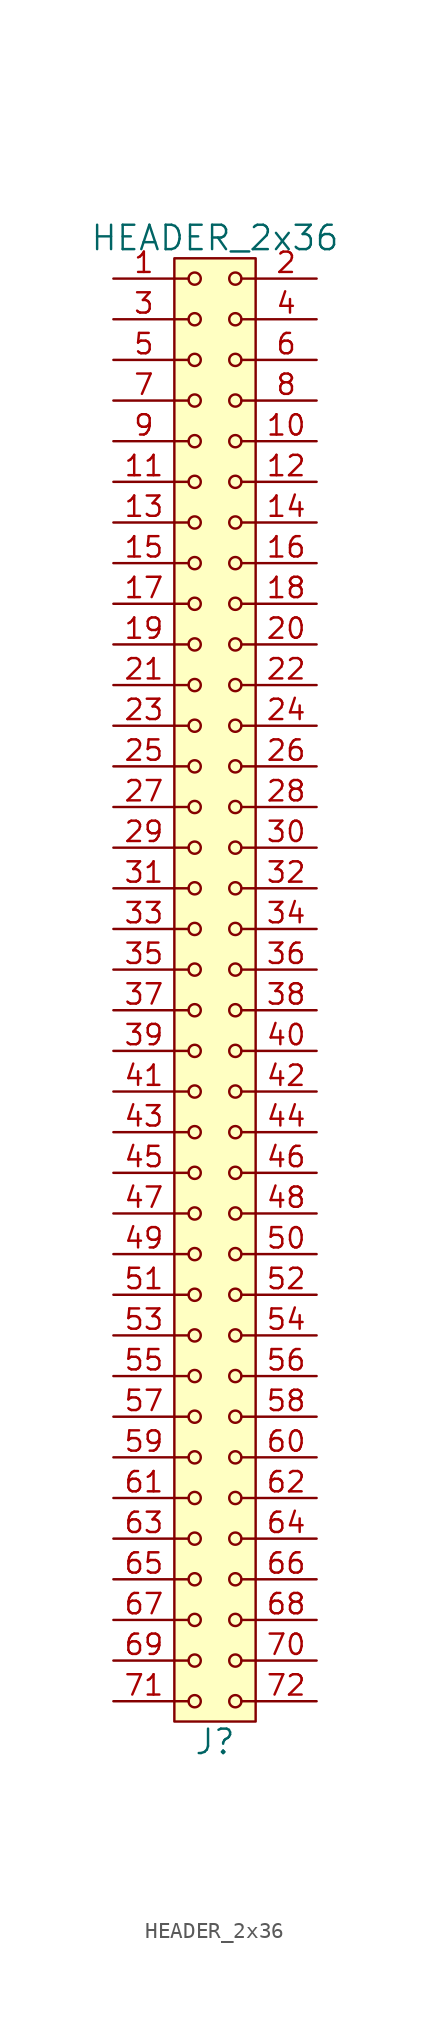
<source format=kicad_sym>
(kicad_symbol_lib
  (version 20211014)
  (generator kicad_symbol_editor)
  (symbol "HEADER_2x36"
    (pin_names
      (offset 1.016))
    (property "Reference" "J"
      (at 0 -46.99 0)
      (effects (font (size 1.524 1.524))))
    (property "Value" "HEADER_2x36"
      (at 0 46.99 0)
      (effects (font (size 1.524 1.524))))
    (property "Footprint" ""
      (at 0 44.45 0)
      (effects (font (size 1.524 1.524))))
    (property "Datasheet" ""
      (at 0 44.45 0)
      (effects (font (size 1.524 1.524))))
    (symbol "HEADER_2x36_0_1"
      (rectangle (start -2.54 45.72) (end 2.54 -45.72) (stroke (width 0) (type default) (color 0 0 0 0)) (fill (type background)))
      (circle (center -1.27 -44.45) (radius 0.381) (stroke (width 0) (type default) (color 0 0 0 0)) (fill (type none)))
      (circle (center -1.27 -41.91) (radius 0.381) (stroke (width 0) (type default) (color 0 0 0 0)) (fill (type none)))
      (circle (center -1.27 -39.37) (radius 0.381) (stroke (width 0) (type default) (color 0 0 0 0)) (fill (type none)))
      (circle (center -1.27 -36.83) (radius 0.381) (stroke (width 0) (type default) (color 0 0 0 0)) (fill (type none)))
      (circle (center -1.27 -34.29) (radius 0.381) (stroke (width 0) (type default) (color 0 0 0 0)) (fill (type none)))
      (circle (center -1.27 -31.75) (radius 0.381) (stroke (width 0) (type default) (color 0 0 0 0)) (fill (type none)))
      (circle (center -1.27 -29.21) (radius 0.381) (stroke (width 0) (type default) (color 0 0 0 0)) (fill (type none)))
      (circle (center -1.27 -26.67) (radius 0.381) (stroke (width 0) (type default) (color 0 0 0 0)) (fill (type none)))
      (circle (center -1.27 -24.13) (radius 0.381) (stroke (width 0) (type default) (color 0 0 0 0)) (fill (type none)))
      (circle (center -1.27 -21.59) (radius 0.381) (stroke (width 0) (type default) (color 0 0 0 0)) (fill (type none)))
      (circle (center -1.27 -19.05) (radius 0.381) (stroke (width 0) (type default) (color 0 0 0 0)) (fill (type none)))
      (circle (center -1.27 -16.51) (radius 0.381) (stroke (width 0) (type default) (color 0 0 0 0)) (fill (type none)))
      (circle (center -1.27 -13.97) (radius 0.381) (stroke (width 0) (type default) (color 0 0 0 0)) (fill (type none)))
      (circle (center -1.27 -11.43) (radius 0.381) (stroke (width 0) (type default) (color 0 0 0 0)) (fill (type none)))
      (circle (center -1.27 -8.89) (radius 0.381) (stroke (width 0) (type default) (color 0 0 0 0)) (fill (type none)))
      (circle (center -1.27 -6.35) (radius 0.381) (stroke (width 0) (type default) (color 0 0 0 0)) (fill (type none)))
      (circle (center -1.27 -3.81) (radius 0.381) (stroke (width 0) (type default) (color 0 0 0 0)) (fill (type none)))
      (circle (center -1.27 -1.27) (radius 0.381) (stroke (width 0) (type default) (color 0 0 0 0)) (fill (type none)))
      (circle (center -1.27 1.27) (radius 0.381) (stroke (width 0) (type default) (color 0 0 0 0)) (fill (type none)))
      (circle (center -1.27 3.81) (radius 0.381) (stroke (width 0) (type default) (color 0 0 0 0)) (fill (type none)))
      (circle (center -1.27 6.35) (radius 0.381) (stroke (width 0) (type default) (color 0 0 0 0)) (fill (type none)))
      (circle (center -1.27 8.89) (radius 0.381) (stroke (width 0) (type default) (color 0 0 0 0)) (fill (type none)))
      (circle (center -1.27 11.43) (radius 0.381) (stroke (width 0) (type default) (color 0 0 0 0)) (fill (type none)))
      (circle (center -1.27 13.97) (radius 0.381) (stroke (width 0) (type default) (color 0 0 0 0)) (fill (type none)))
      (circle (center -1.27 16.51) (radius 0.381) (stroke (width 0) (type default) (color 0 0 0 0)) (fill (type none)))
      (circle (center -1.27 19.05) (radius 0.381) (stroke (width 0) (type default) (color 0 0 0 0)) (fill (type none)))
      (circle (center -1.27 21.59) (radius 0.381) (stroke (width 0) (type default) (color 0 0 0 0)) (fill (type none)))
      (circle (center -1.27 24.13) (radius 0.381) (stroke (width 0) (type default) (color 0 0 0 0)) (fill (type none)))
      (circle (center -1.27 26.67) (radius 0.381) (stroke (width 0) (type default) (color 0 0 0 0)) (fill (type none)))
      (circle (center -1.27 29.21) (radius 0.381) (stroke (width 0) (type default) (color 0 0 0 0)) (fill (type none)))
      (circle (center -1.27 31.75) (radius 0.381) (stroke (width 0) (type default) (color 0 0 0 0)) (fill (type none)))
      (circle (center -1.27 34.29) (radius 0.381) (stroke (width 0) (type default) (color 0 0 0 0)) (fill (type none)))
      (circle (center -1.27 36.83) (radius 0.381) (stroke (width 0) (type default) (color 0 0 0 0)) (fill (type none)))
      (circle (center -1.27 39.37) (radius 0.381) (stroke (width 0) (type default) (color 0 0 0 0)) (fill (type none)))
      (circle (center -1.27 41.91) (radius 0.381) (stroke (width 0) (type default) (color 0 0 0 0)) (fill (type none)))
      (circle (center -1.27 44.45) (radius 0.381) (stroke (width 0) (type default) (color 0 0 0 0)) (fill (type none)))
      (polyline (pts (xy -1.651 -44.45) (xy -2.54 -44.45)) (stroke (width 0) (type default) (color 0 0 0 0)) (fill (type none)))
      (polyline (pts (xy -1.651 -41.91) (xy -2.54 -41.91)) (stroke (width 0) (type default) (color 0 0 0 0)) (fill (type none)))
      (polyline (pts (xy -1.651 -39.37) (xy -2.54 -39.37)) (stroke (width 0) (type default) (color 0 0 0 0)) (fill (type none)))
      (polyline (pts (xy -1.651 -36.83) (xy -2.54 -36.83)) (stroke (width 0) (type default) (color 0 0 0 0)) (fill (type none)))
      (polyline (pts (xy -1.651 -34.29) (xy -2.54 -34.29)) (stroke (width 0) (type default) (color 0 0 0 0)) (fill (type none)))
      (polyline (pts (xy -1.651 -31.75) (xy -2.54 -31.75)) (stroke (width 0) (type default) (color 0 0 0 0)) (fill (type none)))
      (polyline (pts (xy -1.651 -29.21) (xy -2.54 -29.21)) (stroke (width 0) (type default) (color 0 0 0 0)) (fill (type none)))
      (polyline (pts (xy -1.651 -26.67) (xy -2.54 -26.67)) (stroke (width 0) (type default) (color 0 0 0 0)) (fill (type none)))
      (polyline (pts (xy -1.651 -24.13) (xy -2.54 -24.13)) (stroke (width 0) (type default) (color 0 0 0 0)) (fill (type none)))
      (polyline (pts (xy -1.651 -21.59) (xy -2.54 -21.59)) (stroke (width 0) (type default) (color 0 0 0 0)) (fill (type none)))
      (polyline (pts (xy -1.651 -19.05) (xy -2.54 -19.05)) (stroke (width 0) (type default) (color 0 0 0 0)) (fill (type none)))
      (polyline (pts (xy -1.651 -16.51) (xy -2.54 -16.51)) (stroke (width 0) (type default) (color 0 0 0 0)) (fill (type none)))
      (polyline (pts (xy -1.651 -13.97) (xy -2.54 -13.97)) (stroke (width 0) (type default) (color 0 0 0 0)) (fill (type none)))
      (polyline (pts (xy -1.651 -11.43) (xy -2.54 -11.43)) (stroke (width 0) (type default) (color 0 0 0 0)) (fill (type none)))
      (polyline (pts (xy -1.651 -8.89) (xy -2.54 -8.89)) (stroke (width 0) (type default) (color 0 0 0 0)) (fill (type none)))
      (polyline (pts (xy -1.651 -6.35) (xy -2.54 -6.35)) (stroke (width 0) (type default) (color 0 0 0 0)) (fill (type none)))
      (polyline (pts (xy -1.651 -3.81) (xy -2.54 -3.81)) (stroke (width 0) (type default) (color 0 0 0 0)) (fill (type none)))
      (polyline (pts (xy -1.651 -1.27) (xy -2.54 -1.27)) (stroke (width 0) (type default) (color 0 0 0 0)) (fill (type none)))
      (polyline (pts (xy -1.651 1.27) (xy -2.54 1.27)) (stroke (width 0) (type default) (color 0 0 0 0)) (fill (type none)))
      (polyline (pts (xy -1.651 3.81) (xy -2.54 3.81)) (stroke (width 0) (type default) (color 0 0 0 0)) (fill (type none)))
      (polyline (pts (xy -1.651 6.35) (xy -2.54 6.35)) (stroke (width 0) (type default) (color 0 0 0 0)) (fill (type none)))
      (polyline (pts (xy -1.651 8.89) (xy -2.54 8.89)) (stroke (width 0) (type default) (color 0 0 0 0)) (fill (type none)))
      (polyline (pts (xy -1.651 11.43) (xy -2.54 11.43)) (stroke (width 0) (type default) (color 0 0 0 0)) (fill (type none)))
      (polyline (pts (xy -1.651 13.97) (xy -2.54 13.97)) (stroke (width 0) (type default) (color 0 0 0 0)) (fill (type none)))
      (polyline (pts (xy -1.651 16.51) (xy -2.54 16.51)) (stroke (width 0) (type default) (color 0 0 0 0)) (fill (type none)))
      (polyline (pts (xy -1.651 19.05) (xy -2.54 19.05)) (stroke (width 0) (type default) (color 0 0 0 0)) (fill (type none)))
      (polyline (pts (xy -1.651 21.59) (xy -2.54 21.59)) (stroke (width 0) (type default) (color 0 0 0 0)) (fill (type none)))
      (polyline (pts (xy -1.651 24.13) (xy -2.54 24.13)) (stroke (width 0) (type default) (color 0 0 0 0)) (fill (type none)))
      (polyline (pts (xy -1.651 26.67) (xy -2.54 26.67)) (stroke (width 0) (type default) (color 0 0 0 0)) (fill (type none)))
      (polyline (pts (xy -1.651 29.21) (xy -2.54 29.21)) (stroke (width 0) (type default) (color 0 0 0 0)) (fill (type none)))
      (polyline (pts (xy -1.651 31.75) (xy -2.54 31.75)) (stroke (width 0) (type default) (color 0 0 0 0)) (fill (type none)))
      (polyline (pts (xy -1.651 34.29) (xy -2.54 34.29)) (stroke (width 0) (type default) (color 0 0 0 0)) (fill (type none)))
      (polyline (pts (xy -1.651 36.83) (xy -2.54 36.83)) (stroke (width 0) (type default) (color 0 0 0 0)) (fill (type none)))
      (polyline (pts (xy -1.651 39.37) (xy -2.54 39.37)) (stroke (width 0) (type default) (color 0 0 0 0)) (fill (type none)))
      (polyline (pts (xy -1.651 41.91) (xy -2.54 41.91)) (stroke (width 0) (type default) (color 0 0 0 0)) (fill (type none)))
      (polyline (pts (xy -1.651 44.45) (xy -2.54 44.45)) (stroke (width 0) (type default) (color 0 0 0 0)) (fill (type none)))
      (polyline (pts (xy 1.651 -44.45) (xy 2.54 -44.45)) (stroke (width 0) (type default) (color 0 0 0 0)) (fill (type none)))
      (polyline (pts (xy 1.651 -41.91) (xy 2.54 -41.91)) (stroke (width 0) (type default) (color 0 0 0 0)) (fill (type none)))
      (polyline (pts (xy 1.651 -39.37) (xy 2.54 -39.37)) (stroke (width 0) (type default) (color 0 0 0 0)) (fill (type none)))
      (polyline (pts (xy 1.651 -36.83) (xy 2.54 -36.83)) (stroke (width 0) (type default) (color 0 0 0 0)) (fill (type none)))
      (polyline (pts (xy 1.651 -34.29) (xy 2.54 -34.29)) (stroke (width 0) (type default) (color 0 0 0 0)) (fill (type none)))
      (polyline (pts (xy 1.651 -31.75) (xy 2.54 -31.75)) (stroke (width 0) (type default) (color 0 0 0 0)) (fill (type none)))
      (polyline (pts (xy 1.651 -29.21) (xy 2.54 -29.21)) (stroke (width 0) (type default) (color 0 0 0 0)) (fill (type none)))
      (polyline (pts (xy 1.651 -26.67) (xy 2.54 -26.67)) (stroke (width 0) (type default) (color 0 0 0 0)) (fill (type none)))
      (polyline (pts (xy 1.651 -24.13) (xy 2.54 -24.13)) (stroke (width 0) (type default) (color 0 0 0 0)) (fill (type none)))
      (polyline (pts (xy 1.651 -21.59) (xy 2.54 -21.59)) (stroke (width 0) (type default) (color 0 0 0 0)) (fill (type none)))
      (polyline (pts (xy 1.651 -19.05) (xy 2.54 -19.05)) (stroke (width 0) (type default) (color 0 0 0 0)) (fill (type none)))
      (polyline (pts (xy 1.651 -16.51) (xy 2.54 -16.51)) (stroke (width 0) (type default) (color 0 0 0 0)) (fill (type none)))
      (polyline (pts (xy 1.651 -13.97) (xy 2.54 -13.97)) (stroke (width 0) (type default) (color 0 0 0 0)) (fill (type none)))
      (polyline (pts (xy 1.651 -11.43) (xy 2.54 -11.43)) (stroke (width 0) (type default) (color 0 0 0 0)) (fill (type none)))
      (polyline (pts (xy 1.651 -8.89) (xy 2.54 -8.89)) (stroke (width 0) (type default) (color 0 0 0 0)) (fill (type none)))
      (polyline (pts (xy 1.651 -6.35) (xy 2.54 -6.35)) (stroke (width 0) (type default) (color 0 0 0 0)) (fill (type none)))
      (polyline (pts (xy 1.651 -3.81) (xy 2.54 -3.81)) (stroke (width 0) (type default) (color 0 0 0 0)) (fill (type none)))
      (polyline (pts (xy 1.651 -1.27) (xy 2.54 -1.27)) (stroke (width 0) (type default) (color 0 0 0 0)) (fill (type none)))
      (polyline (pts (xy 1.651 1.27) (xy 2.54 1.27)) (stroke (width 0) (type default) (color 0 0 0 0)) (fill (type none)))
      (polyline (pts (xy 1.651 3.81) (xy 2.54 3.81)) (stroke (width 0) (type default) (color 0 0 0 0)) (fill (type none)))
      (polyline (pts (xy 1.651 6.35) (xy 2.54 6.35)) (stroke (width 0) (type default) (color 0 0 0 0)) (fill (type none)))
      (polyline (pts (xy 1.651 8.89) (xy 2.54 8.89)) (stroke (width 0) (type default) (color 0 0 0 0)) (fill (type none)))
      (polyline (pts (xy 1.651 11.43) (xy 2.54 11.43)) (stroke (width 0) (type default) (color 0 0 0 0)) (fill (type none)))
      (polyline (pts (xy 1.651 13.97) (xy 2.54 13.97)) (stroke (width 0) (type default) (color 0 0 0 0)) (fill (type none)))
      (polyline (pts (xy 1.651 16.51) (xy 2.54 16.51)) (stroke (width 0) (type default) (color 0 0 0 0)) (fill (type none)))
      (polyline (pts (xy 1.651 19.05) (xy 2.54 19.05)) (stroke (width 0) (type default) (color 0 0 0 0)) (fill (type none)))
      (polyline (pts (xy 1.651 21.59) (xy 2.54 21.59)) (stroke (width 0) (type default) (color 0 0 0 0)) (fill (type none)))
      (polyline (pts (xy 1.651 24.13) (xy 2.54 24.13)) (stroke (width 0) (type default) (color 0 0 0 0)) (fill (type none)))
      (polyline (pts (xy 1.651 26.67) (xy 2.54 26.67)) (stroke (width 0) (type default) (color 0 0 0 0)) (fill (type none)))
      (polyline (pts (xy 1.651 29.21) (xy 2.54 29.21)) (stroke (width 0) (type default) (color 0 0 0 0)) (fill (type none)))
      (polyline (pts (xy 1.651 31.75) (xy 2.54 31.75)) (stroke (width 0) (type default) (color 0 0 0 0)) (fill (type none)))
      (polyline (pts (xy 1.651 34.29) (xy 2.54 34.29)) (stroke (width 0) (type default) (color 0 0 0 0)) (fill (type none)))
      (polyline (pts (xy 1.651 36.83) (xy 2.54 36.83)) (stroke (width 0) (type default) (color 0 0 0 0)) (fill (type none)))
      (polyline (pts (xy 1.651 39.37) (xy 2.54 39.37)) (stroke (width 0) (type default) (color 0 0 0 0)) (fill (type none)))
      (polyline (pts (xy 1.651 41.91) (xy 2.54 41.91)) (stroke (width 0) (type default) (color 0 0 0 0)) (fill (type none)))
      (polyline (pts (xy 1.651 44.45) (xy 2.54 44.45)) (stroke (width 0) (type default) (color 0 0 0 0)) (fill (type none)))
      (circle (center 1.27 -44.45) (radius 0.381) (stroke (width 0) (type default) (color 0 0 0 0)) (fill (type none)))
      (circle (center 1.27 -41.91) (radius 0.381) (stroke (width 0) (type default) (color 0 0 0 0)) (fill (type none)))
      (circle (center 1.27 -39.37) (radius 0.381) (stroke (width 0) (type default) (color 0 0 0 0)) (fill (type none)))
      (circle (center 1.27 -36.83) (radius 0.381) (stroke (width 0) (type default) (color 0 0 0 0)) (fill (type none)))
      (circle (center 1.27 -34.29) (radius 0.381) (stroke (width 0) (type default) (color 0 0 0 0)) (fill (type none)))
      (circle (center 1.27 -31.75) (radius 0.381) (stroke (width 0) (type default) (color 0 0 0 0)) (fill (type none)))
      (circle (center 1.27 -29.21) (radius 0.381) (stroke (width 0) (type default) (color 0 0 0 0)) (fill (type none)))
      (circle (center 1.27 -26.67) (radius 0.381) (stroke (width 0) (type default) (color 0 0 0 0)) (fill (type none)))
      (circle (center 1.27 -24.13) (radius 0.381) (stroke (width 0) (type default) (color 0 0 0 0)) (fill (type none)))
      (circle (center 1.27 -21.59) (radius 0.381) (stroke (width 0) (type default) (color 0 0 0 0)) (fill (type none)))
      (circle (center 1.27 -19.05) (radius 0.381) (stroke (width 0) (type default) (color 0 0 0 0)) (fill (type none)))
      (circle (center 1.27 -16.51) (radius 0.381) (stroke (width 0) (type default) (color 0 0 0 0)) (fill (type none)))
      (circle (center 1.27 -13.97) (radius 0.381) (stroke (width 0) (type default) (color 0 0 0 0)) (fill (type none)))
      (circle (center 1.27 -11.43) (radius 0.381) (stroke (width 0) (type default) (color 0 0 0 0)) (fill (type none)))
      (circle (center 1.27 -8.89) (radius 0.381) (stroke (width 0) (type default) (color 0 0 0 0)) (fill (type none)))
      (circle (center 1.27 -6.35) (radius 0.381) (stroke (width 0) (type default) (color 0 0 0 0)) (fill (type none)))
      (circle (center 1.27 -3.81) (radius 0.381) (stroke (width 0) (type default) (color 0 0 0 0)) (fill (type none)))
      (circle (center 1.27 -1.27) (radius 0.381) (stroke (width 0) (type default) (color 0 0 0 0)) (fill (type none)))
      (circle (center 1.27 1.27) (radius 0.381) (stroke (width 0) (type default) (color 0 0 0 0)) (fill (type none)))
      (circle (center 1.27 3.81) (radius 0.381) (stroke (width 0) (type default) (color 0 0 0 0)) (fill (type none)))
      (circle (center 1.27 6.35) (radius 0.381) (stroke (width 0) (type default) (color 0 0 0 0)) (fill (type none)))
      (circle (center 1.27 8.89) (radius 0.381) (stroke (width 0) (type default) (color 0 0 0 0)) (fill (type none)))
      (circle (center 1.27 11.43) (radius 0.381) (stroke (width 0) (type default) (color 0 0 0 0)) (fill (type none)))
      (circle (center 1.27 13.97) (radius 0.381) (stroke (width 0) (type default) (color 0 0 0 0)) (fill (type none)))
      (circle (center 1.27 16.51) (radius 0.381) (stroke (width 0) (type default) (color 0 0 0 0)) (fill (type none)))
      (circle (center 1.27 19.05) (radius 0.381) (stroke (width 0) (type default) (color 0 0 0 0)) (fill (type none)))
      (circle (center 1.27 21.59) (radius 0.381) (stroke (width 0) (type default) (color 0 0 0 0)) (fill (type none)))
      (circle (center 1.27 24.13) (radius 0.381) (stroke (width 0) (type default) (color 0 0 0 0)) (fill (type none)))
      (circle (center 1.27 26.67) (radius 0.381) (stroke (width 0) (type default) (color 0 0 0 0)) (fill (type none)))
      (circle (center 1.27 29.21) (radius 0.381) (stroke (width 0) (type default) (color 0 0 0 0)) (fill (type none)))
      (circle (center 1.27 31.75) (radius 0.381) (stroke (width 0) (type default) (color 0 0 0 0)) (fill (type none)))
      (circle (center 1.27 34.29) (radius 0.381) (stroke (width 0) (type default) (color 0 0 0 0)) (fill (type none)))
      (circle (center 1.27 36.83) (radius 0.381) (stroke (width 0) (type default) (color 0 0 0 0)) (fill (type none)))
      (circle (center 1.27 39.37) (radius 0.381) (stroke (width 0) (type default) (color 0 0 0 0)) (fill (type none)))
      (circle (center 1.27 41.91) (radius 0.381) (stroke (width 0) (type default) (color 0 0 0 0)) (fill (type none)))
      (circle (center 1.27 44.45) (radius 0.381) (stroke (width 0) (type default) (color 0 0 0 0)) (fill (type none))))
    (symbol "HEADER_2x36_1_1"
      (pin input line (at -6.35 44.45 0) (length 3.81) (name "~" (effects (font (size 1.27 1.27)))) (number "1" (effects (font (size 1.27 1.27)))))
      (pin input line (at 6.35 34.29 180) (length 3.81) (name "~" (effects (font (size 1.27 1.27)))) (number "10" (effects (font (size 1.27 1.27)))))
      (pin input line (at -6.35 31.75 0) (length 3.81) (name "~" (effects (font (size 1.27 1.27)))) (number "11" (effects (font (size 1.27 1.27)))))
      (pin input line (at 6.35 31.75 180) (length 3.81) (name "~" (effects (font (size 1.27 1.27)))) (number "12" (effects (font (size 1.27 1.27)))))
      (pin input line (at -6.35 29.21 0) (length 3.81) (name "~" (effects (font (size 1.27 1.27)))) (number "13" (effects (font (size 1.27 1.27)))))
      (pin input line (at 6.35 29.21 180) (length 3.81) (name "~" (effects (font (size 1.27 1.27)))) (number "14" (effects (font (size 1.27 1.27)))))
      (pin input line (at -6.35 26.67 0) (length 3.81) (name "~" (effects (font (size 1.27 1.27)))) (number "15" (effects (font (size 1.27 1.27)))))
      (pin input line (at 6.35 26.67 180) (length 3.81) (name "~" (effects (font (size 1.27 1.27)))) (number "16" (effects (font (size 1.27 1.27)))))
      (pin input line (at -6.35 24.13 0) (length 3.81) (name "~" (effects (font (size 1.27 1.27)))) (number "17" (effects (font (size 1.27 1.27)))))
      (pin input line (at 6.35 24.13 180) (length 3.81) (name "~" (effects (font (size 1.27 1.27)))) (number "18" (effects (font (size 1.27 1.27)))))
      (pin input line (at -6.35 21.59 0) (length 3.81) (name "~" (effects (font (size 1.27 1.27)))) (number "19" (effects (font (size 1.27 1.27)))))
      (pin input line (at 6.35 44.45 180) (length 3.81) (name "~" (effects (font (size 1.27 1.27)))) (number "2" (effects (font (size 1.27 1.27)))))
      (pin input line (at 6.35 21.59 180) (length 3.81) (name "~" (effects (font (size 1.27 1.27)))) (number "20" (effects (font (size 1.27 1.27)))))
      (pin input line (at -6.35 19.05 0) (length 3.81) (name "~" (effects (font (size 1.27 1.27)))) (number "21" (effects (font (size 1.27 1.27)))))
      (pin input line (at 6.35 19.05 180) (length 3.81) (name "~" (effects (font (size 1.27 1.27)))) (number "22" (effects (font (size 1.27 1.27)))))
      (pin input line (at -6.35 16.51 0) (length 3.81) (name "~" (effects (font (size 1.27 1.27)))) (number "23" (effects (font (size 1.27 1.27)))))
      (pin input line (at 6.35 16.51 180) (length 3.81) (name "~" (effects (font (size 1.27 1.27)))) (number "24" (effects (font (size 1.27 1.27)))))
      (pin input line (at -6.35 13.97 0) (length 3.81) (name "~" (effects (font (size 1.27 1.27)))) (number "25" (effects (font (size 1.27 1.27)))))
      (pin input line (at 6.35 13.97 180) (length 3.81) (name "~" (effects (font (size 1.27 1.27)))) (number "26" (effects (font (size 1.27 1.27)))))
      (pin input line (at -6.35 11.43 0) (length 3.81) (name "~" (effects (font (size 1.27 1.27)))) (number "27" (effects (font (size 1.27 1.27)))))
      (pin input line (at 6.35 11.43 180) (length 3.81) (name "~" (effects (font (size 1.27 1.27)))) (number "28" (effects (font (size 1.27 1.27)))))
      (pin input line (at -6.35 8.89 0) (length 3.81) (name "~" (effects (font (size 1.27 1.27)))) (number "29" (effects (font (size 1.27 1.27)))))
      (pin input line (at -6.35 41.91 0) (length 3.81) (name "~" (effects (font (size 1.27 1.27)))) (number "3" (effects (font (size 1.27 1.27)))))
      (pin input line (at 6.35 8.89 180) (length 3.81) (name "~" (effects (font (size 1.27 1.27)))) (number "30" (effects (font (size 1.27 1.27)))))
      (pin input line (at -6.35 6.35 0) (length 3.81) (name "~" (effects (font (size 1.27 1.27)))) (number "31" (effects (font (size 1.27 1.27)))))
      (pin input line (at 6.35 6.35 180) (length 3.81) (name "~" (effects (font (size 1.27 1.27)))) (number "32" (effects (font (size 1.27 1.27)))))
      (pin input line (at -6.35 3.81 0) (length 3.81) (name "~" (effects (font (size 1.27 1.27)))) (number "33" (effects (font (size 1.27 1.27)))))
      (pin input line (at 6.35 3.81 180) (length 3.81) (name "~" (effects (font (size 1.27 1.27)))) (number "34" (effects (font (size 1.27 1.27)))))
      (pin input line (at -6.35 1.27 0) (length 3.81) (name "~" (effects (font (size 1.27 1.27)))) (number "35" (effects (font (size 1.27 1.27)))))
      (pin input line (at 6.35 1.27 180) (length 3.81) (name "~" (effects (font (size 1.27 1.27)))) (number "36" (effects (font (size 1.27 1.27)))))
      (pin input line (at -6.35 -1.27 0) (length 3.81) (name "~" (effects (font (size 1.27 1.27)))) (number "37" (effects (font (size 1.27 1.27)))))
      (pin input line (at 6.35 -1.27 180) (length 3.81) (name "~" (effects (font (size 1.27 1.27)))) (number "38" (effects (font (size 1.27 1.27)))))
      (pin input line (at -6.35 -3.81 0) (length 3.81) (name "~" (effects (font (size 1.27 1.27)))) (number "39" (effects (font (size 1.27 1.27)))))
      (pin input line (at 6.35 41.91 180) (length 3.81) (name "~" (effects (font (size 1.27 1.27)))) (number "4" (effects (font (size 1.27 1.27)))))
      (pin input line (at 6.35 -3.81 180) (length 3.81) (name "~" (effects (font (size 1.27 1.27)))) (number "40" (effects (font (size 1.27 1.27)))))
      (pin input line (at -6.35 -6.35 0) (length 3.81) (name "~" (effects (font (size 1.27 1.27)))) (number "41" (effects (font (size 1.27 1.27)))))
      (pin input line (at 6.35 -6.35 180) (length 3.81) (name "~" (effects (font (size 1.27 1.27)))) (number "42" (effects (font (size 1.27 1.27)))))
      (pin input line (at -6.35 -8.89 0) (length 3.81) (name "~" (effects (font (size 1.27 1.27)))) (number "43" (effects (font (size 1.27 1.27)))))
      (pin input line (at 6.35 -8.89 180) (length 3.81) (name "~" (effects (font (size 1.27 1.27)))) (number "44" (effects (font (size 1.27 1.27)))))
      (pin input line (at -6.35 -11.43 0) (length 3.81) (name "~" (effects (font (size 1.27 1.27)))) (number "45" (effects (font (size 1.27 1.27)))))
      (pin input line (at 6.35 -11.43 180) (length 3.81) (name "~" (effects (font (size 1.27 1.27)))) (number "46" (effects (font (size 1.27 1.27)))))
      (pin input line (at -6.35 -13.97 0) (length 3.81) (name "~" (effects (font (size 1.27 1.27)))) (number "47" (effects (font (size 1.27 1.27)))))
      (pin input line (at 6.35 -13.97 180) (length 3.81) (name "~" (effects (font (size 1.27 1.27)))) (number "48" (effects (font (size 1.27 1.27)))))
      (pin input line (at -6.35 -16.51 0) (length 3.81) (name "~" (effects (font (size 1.27 1.27)))) (number "49" (effects (font (size 1.27 1.27)))))
      (pin input line (at -6.35 39.37 0) (length 3.81) (name "~" (effects (font (size 1.27 1.27)))) (number "5" (effects (font (size 1.27 1.27)))))
      (pin input line (at 6.35 -16.51 180) (length 3.81) (name "~" (effects (font (size 1.27 1.27)))) (number "50" (effects (font (size 1.27 1.27)))))
      (pin input line (at -6.35 -19.05 0) (length 3.81) (name "~" (effects (font (size 1.27 1.27)))) (number "51" (effects (font (size 1.27 1.27)))))
      (pin input line (at 6.35 -19.05 180) (length 3.81) (name "~" (effects (font (size 1.27 1.27)))) (number "52" (effects (font (size 1.27 1.27)))))
      (pin input line (at -6.35 -21.59 0) (length 3.81) (name "~" (effects (font (size 1.27 1.27)))) (number "53" (effects (font (size 1.27 1.27)))))
      (pin input line (at 6.35 -21.59 180) (length 3.81) (name "~" (effects (font (size 1.27 1.27)))) (number "54" (effects (font (size 1.27 1.27)))))
      (pin input line (at -6.35 -24.13 0) (length 3.81) (name "~" (effects (font (size 1.27 1.27)))) (number "55" (effects (font (size 1.27 1.27)))))
      (pin input line (at 6.35 -24.13 180) (length 3.81) (name "~" (effects (font (size 1.27 1.27)))) (number "56" (effects (font (size 1.27 1.27)))))
      (pin input line (at -6.35 -26.67 0) (length 3.81) (name "~" (effects (font (size 1.27 1.27)))) (number "57" (effects (font (size 1.27 1.27)))))
      (pin input line (at 6.35 -26.67 180) (length 3.81) (name "~" (effects (font (size 1.27 1.27)))) (number "58" (effects (font (size 1.27 1.27)))))
      (pin input line (at -6.35 -29.21 0) (length 3.81) (name "~" (effects (font (size 1.27 1.27)))) (number "59" (effects (font (size 1.27 1.27)))))
      (pin input line (at 6.35 39.37 180) (length 3.81) (name "~" (effects (font (size 1.27 1.27)))) (number "6" (effects (font (size 1.27 1.27)))))
      (pin input line (at 6.35 -29.21 180) (length 3.81) (name "~" (effects (font (size 1.27 1.27)))) (number "60" (effects (font (size 1.27 1.27)))))
      (pin input line (at -6.35 -31.75 0) (length 3.81) (name "~" (effects (font (size 1.27 1.27)))) (number "61" (effects (font (size 1.27 1.27)))))
      (pin input line (at 6.35 -31.75 180) (length 3.81) (name "~" (effects (font (size 1.27 1.27)))) (number "62" (effects (font (size 1.27 1.27)))))
      (pin input line (at -6.35 -34.29 0) (length 3.81) (name "~" (effects (font (size 1.27 1.27)))) (number "63" (effects (font (size 1.27 1.27)))))
      (pin input line (at 6.35 -34.29 180) (length 3.81) (name "~" (effects (font (size 1.27 1.27)))) (number "64" (effects (font (size 1.27 1.27)))))
      (pin input line (at -6.35 -36.83 0) (length 3.81) (name "~" (effects (font (size 1.27 1.27)))) (number "65" (effects (font (size 1.27 1.27)))))
      (pin input line (at 6.35 -36.83 180) (length 3.81) (name "~" (effects (font (size 1.27 1.27)))) (number "66" (effects (font (size 1.27 1.27)))))
      (pin input line (at -6.35 -39.37 0) (length 3.81) (name "~" (effects (font (size 1.27 1.27)))) (number "67" (effects (font (size 1.27 1.27)))))
      (pin input line (at 6.35 -39.37 180) (length 3.81) (name "~" (effects (font (size 1.27 1.27)))) (number "68" (effects (font (size 1.27 1.27)))))
      (pin input line (at -6.35 -41.91 0) (length 3.81) (name "~" (effects (font (size 1.27 1.27)))) (number "69" (effects (font (size 1.27 1.27)))))
      (pin input line (at -6.35 36.83 0) (length 3.81) (name "~" (effects (font (size 1.27 1.27)))) (number "7" (effects (font (size 1.27 1.27)))))
      (pin input line (at 6.35 -41.91 180) (length 3.81) (name "~" (effects (font (size 1.27 1.27)))) (number "70" (effects (font (size 1.27 1.27)))))
      (pin input line (at -6.35 -44.45 0) (length 3.81) (name "~" (effects (font (size 1.27 1.27)))) (number "71" (effects (font (size 1.27 1.27)))))
      (pin input line (at 6.35 -44.45 180) (length 3.81) (name "~" (effects (font (size 1.27 1.27)))) (number "72" (effects (font (size 1.27 1.27)))))
      (pin input line (at 6.35 36.83 180) (length 3.81) (name "~" (effects (font (size 1.27 1.27)))) (number "8" (effects (font (size 1.27 1.27)))))
      (pin input line (at -6.35 34.29 0) (length 3.81) (name "~" (effects (font (size 1.27 1.27)))) (number "9" (effects (font (size 1.27 1.27))))))))
</source>
